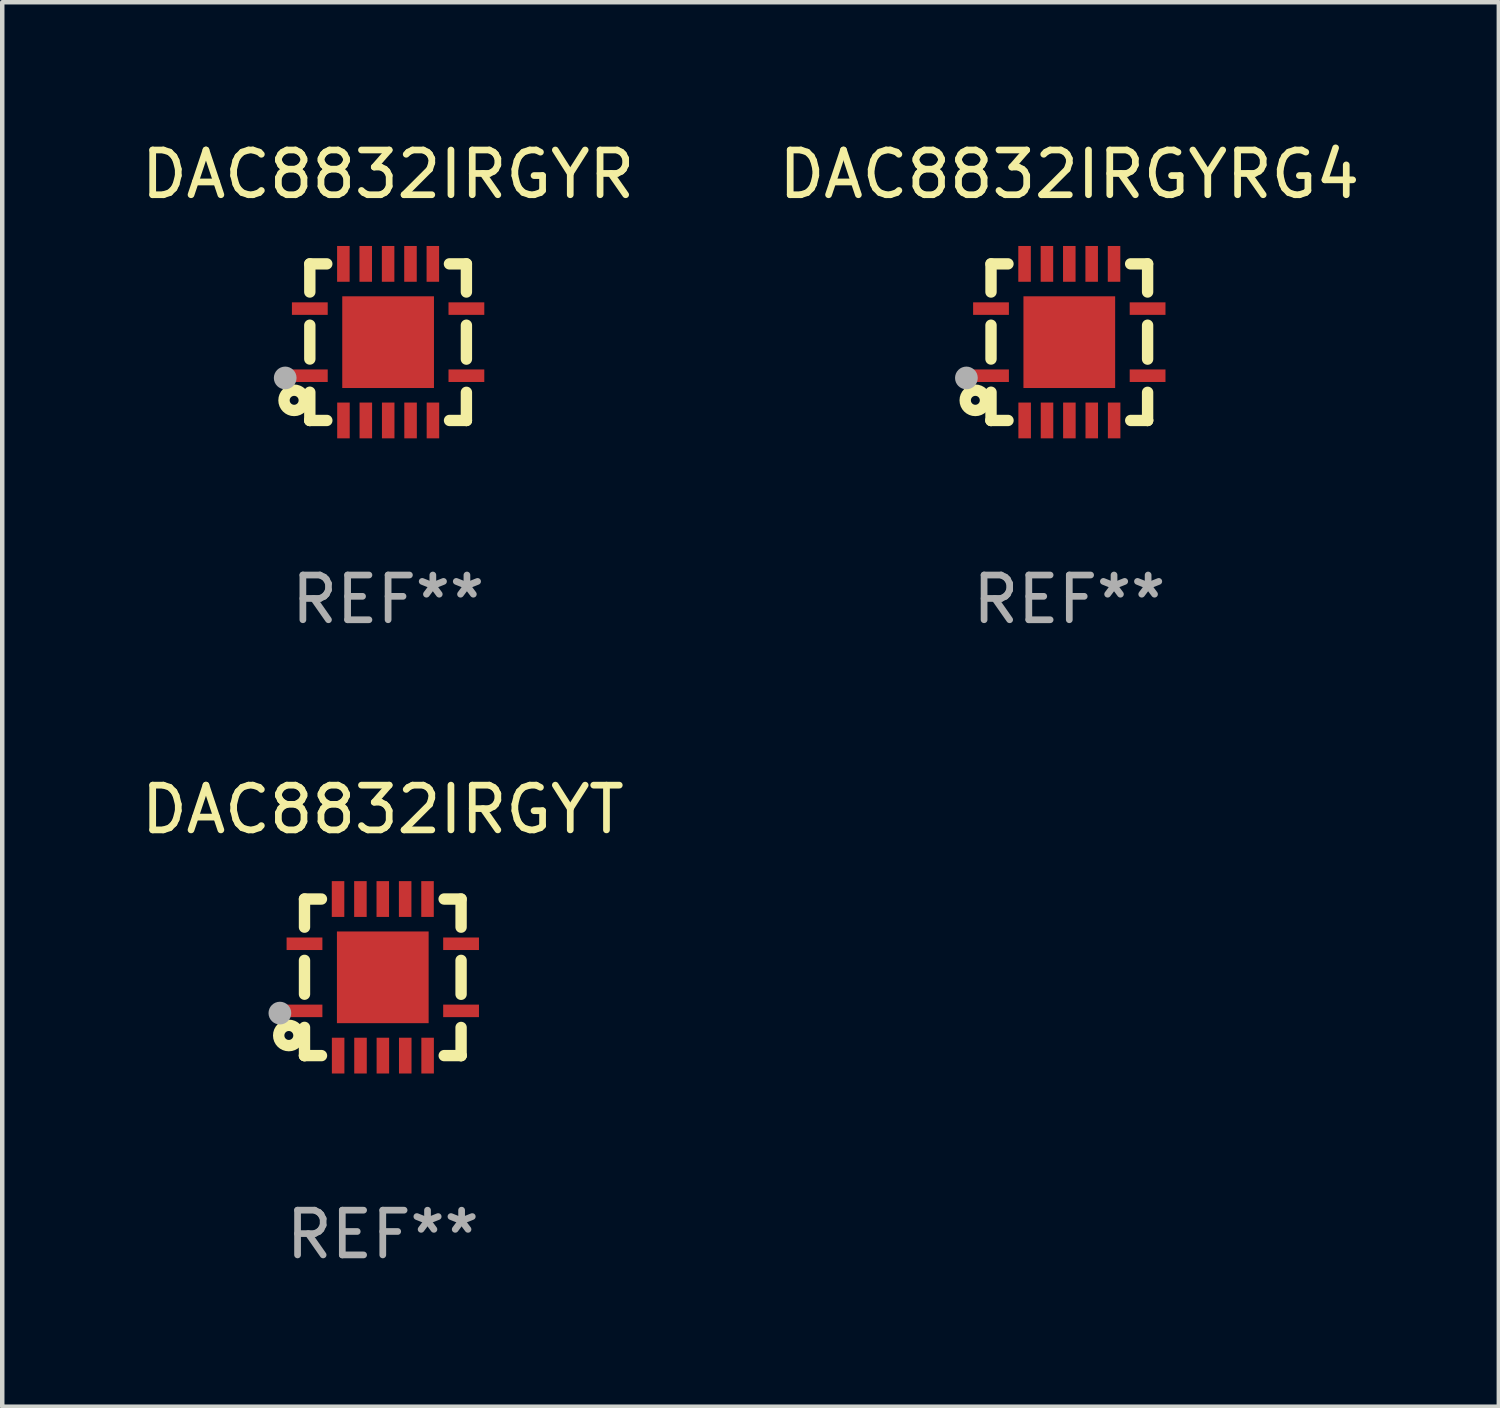
<source format=kicad_pcb>
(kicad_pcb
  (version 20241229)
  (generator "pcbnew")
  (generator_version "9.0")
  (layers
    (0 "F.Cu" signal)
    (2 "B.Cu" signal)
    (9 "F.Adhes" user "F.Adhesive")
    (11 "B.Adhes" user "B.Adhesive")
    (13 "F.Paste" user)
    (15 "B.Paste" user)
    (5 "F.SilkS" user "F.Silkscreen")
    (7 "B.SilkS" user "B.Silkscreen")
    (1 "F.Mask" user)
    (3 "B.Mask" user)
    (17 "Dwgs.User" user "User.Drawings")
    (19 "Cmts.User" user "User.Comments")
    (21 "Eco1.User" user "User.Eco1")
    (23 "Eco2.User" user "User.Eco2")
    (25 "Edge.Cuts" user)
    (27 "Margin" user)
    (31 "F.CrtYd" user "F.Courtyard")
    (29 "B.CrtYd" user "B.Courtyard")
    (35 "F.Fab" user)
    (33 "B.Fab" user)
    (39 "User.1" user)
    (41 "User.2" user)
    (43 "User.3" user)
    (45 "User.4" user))
  (footprint "DAC8832IRGYR"
    (layer "F.Cu")
    (at 5.625 4.598)
    (property "Reference" "DAC8832IRGYR" (at 0 -3.75 0) (layer "F.SilkS") (effects (font (size 1 1) (thickness 0.15))))
    (attr through_hole)
    (fp_line (start -1.75 1.75) (end -1.37 1.75) (stroke (width 0.254) (type solid)) (layer "F.SilkS"))
    (fp_line (start -1.75 -1.75) (end -1.75 -1.121) (stroke (width 0.254) (type solid)) (layer "F.SilkS"))
    (fp_line (start -1.75 -0.379) (end -1.75 0.377) (stroke (width 0.254) (type solid)) (layer "F.SilkS"))
    (fp_line (start -1.75 1.119) (end -1.75 1.75) (stroke (width 0.254) (type solid)) (layer "F.SilkS"))
    (fp_line (start -1.75 1.75) (end -1.75 1.75) (stroke (width 0.254) (type solid)) (layer "F.SilkS"))
    (fp_line (start -1.371 -1.75) (end -1.75 -1.75) (stroke (width 0.254) (type solid)) (layer "F.SilkS"))
    (fp_line (start 1.373 1.75) (end 1.75 1.75) (stroke (width 0.254) (type solid)) (layer "F.SilkS"))
    (fp_line (start 1.75 1.75) (end 1.75 1.75) (stroke (width 0.254) (type solid)) (layer "F.SilkS"))
    (fp_line (start 1.75 -1.75) (end 1.371 -1.75) (stroke (width 0.254) (type solid)) (layer "F.SilkS"))
    (fp_line (start 1.75 -1.121) (end 1.75 -1.75) (stroke (width 0.254) (type solid)) (layer "F.SilkS"))
    (fp_line (start 1.75 0.379) (end 1.75 -0.379) (stroke (width 0.254) (type solid)) (layer "F.SilkS"))
    (fp_line (start 1.75 1.75) (end 1.75 1.121) (stroke (width 0.254) (type solid)) (layer "F.SilkS"))
    (fp_circle (center -2.1 1.3) (end -2 1.3) (stroke (width 0.254) (type solid)) (fill no) (layer "F.SilkS"))
    (fp_circle (center -1.747 1.751) (end -1.717 1.751) (stroke (width 0.06) (type solid)) (fill no) (layer "F.SilkS"))
    (fp_circle (center -2.3 0.8) (end -2.173 0.8) (stroke (width 0.254) (type solid)) (fill no) (layer "F.Fab"))
    (fp_text user "REF**" (at 0 5.75 0) (layer "F.Fab") (effects (font (size 1 1) (thickness 0.15))))
    (pad "1" smd rect (at -1.75 0.75 270) (size 0.28 0.8) (layers "F.Cu" "F.Mask" "F.Paste"))
    (pad "2" smd rect (at -0.998 1.75 180) (size 0.28 0.8) (layers "F.Cu" "F.Mask" "F.Paste"))
    (pad "3" smd rect (at -0.498 1.75 180) (size 0.28 0.8) (layers "F.Cu" "F.Mask" "F.Paste"))
    (pad "4" smd rect (at 0.002 1.75 180) (size 0.28 0.8) (layers "F.Cu" "F.Mask" "F.Paste"))
    (pad "5" smd rect (at 0.502 1.75 180) (size 0.28 0.8) (layers "F.Cu" "F.Mask" "F.Paste"))
    (pad "6" smd rect (at 1.002 1.75 180) (size 0.28 0.8) (layers "F.Cu" "F.Mask" "F.Paste"))
    (pad "7" smd rect (at 1.75 0.75 270) (size 0.28 0.8) (layers "F.Cu" "F.Mask" "F.Paste"))
    (pad "8" smd rect (at 1.75 -0.75 270) (size 0.28 0.8) (layers "F.Cu" "F.Mask" "F.Paste"))
    (pad "9" smd rect (at 1 -1.75) (size 0.28 0.8) (layers "F.Cu" "F.Mask" "F.Paste"))
    (pad "10" smd rect (at 0.5 -1.75) (size 0.28 0.8) (layers "F.Cu" "F.Mask" "F.Paste"))
    (pad "11" smd rect (at 0 -1.75) (size 0.28 0.8) (layers "F.Cu" "F.Mask" "F.Paste"))
    (pad "12" smd rect (at -0.5 -1.75) (size 0.28 0.8) (layers "F.Cu" "F.Mask" "F.Paste"))
    (pad "13" smd rect (at -1 -1.75) (size 0.28 0.8) (layers "F.Cu" "F.Mask" "F.Paste"))
    (pad "14" smd rect (at -1.75 -0.75 90) (size 0.28 0.8) (layers "F.Cu" "F.Mask" "F.Paste"))
    (pad "15" smd rect (at 0 0 180) (size 2.05 2.05) (layers "F.Cu" "F.Mask" "F.Paste")))
  (footprint "DAC8832IRGYRG4"
    (layer "F.Cu")
    (at 20.851 4.598)
    (property "Reference" "DAC8832IRGYRG4" (at 0 -3.75 0) (layer "F.SilkS") (effects (font (size 1 1) (thickness 0.15))))
    (attr through_hole)
    (fp_line (start -1.75 1.75) (end -1.37 1.75) (stroke (width 0.254) (type solid)) (layer "F.SilkS"))
    (fp_line (start -1.75 -1.75) (end -1.75 -1.121) (stroke (width 0.254) (type solid)) (layer "F.SilkS"))
    (fp_line (start -1.75 -0.379) (end -1.75 0.377) (stroke (width 0.254) (type solid)) (layer "F.SilkS"))
    (fp_line (start -1.75 1.119) (end -1.75 1.75) (stroke (width 0.254) (type solid)) (layer "F.SilkS"))
    (fp_line (start -1.75 1.75) (end -1.75 1.75) (stroke (width 0.254) (type solid)) (layer "F.SilkS"))
    (fp_line (start -1.371 -1.75) (end -1.75 -1.75) (stroke (width 0.254) (type solid)) (layer "F.SilkS"))
    (fp_line (start 1.373 1.75) (end 1.75 1.75) (stroke (width 0.254) (type solid)) (layer "F.SilkS"))
    (fp_line (start 1.75 1.75) (end 1.75 1.75) (stroke (width 0.254) (type solid)) (layer "F.SilkS"))
    (fp_line (start 1.75 -1.75) (end 1.371 -1.75) (stroke (width 0.254) (type solid)) (layer "F.SilkS"))
    (fp_line (start 1.75 -1.121) (end 1.75 -1.75) (stroke (width 0.254) (type solid)) (layer "F.SilkS"))
    (fp_line (start 1.75 0.379) (end 1.75 -0.379) (stroke (width 0.254) (type solid)) (layer "F.SilkS"))
    (fp_line (start 1.75 1.75) (end 1.75 1.121) (stroke (width 0.254) (type solid)) (layer "F.SilkS"))
    (fp_circle (center -2.1 1.3) (end -2 1.3) (stroke (width 0.254) (type solid)) (fill no) (layer "F.SilkS"))
    (fp_circle (center -1.747 1.751) (end -1.717 1.751) (stroke (width 0.06) (type solid)) (fill no) (layer "F.SilkS"))
    (fp_circle (center -2.3 0.8) (end -2.173 0.8) (stroke (width 0.254) (type solid)) (fill no) (layer "F.Fab"))
    (fp_text user "REF**" (at 0 5.75 0) (layer "F.Fab") (effects (font (size 1 1) (thickness 0.15))))
    (pad "1" smd rect (at -1.75 0.75 270) (size 0.28 0.8) (layers "F.Cu" "F.Mask" "F.Paste"))
    (pad "2" smd rect (at -0.998 1.75 180) (size 0.28 0.8) (layers "F.Cu" "F.Mask" "F.Paste"))
    (pad "3" smd rect (at -0.498 1.75 180) (size 0.28 0.8) (layers "F.Cu" "F.Mask" "F.Paste"))
    (pad "4" smd rect (at 0.002 1.75 180) (size 0.28 0.8) (layers "F.Cu" "F.Mask" "F.Paste"))
    (pad "5" smd rect (at 0.502 1.75 180) (size 0.28 0.8) (layers "F.Cu" "F.Mask" "F.Paste"))
    (pad "6" smd rect (at 1.002 1.75 180) (size 0.28 0.8) (layers "F.Cu" "F.Mask" "F.Paste"))
    (pad "7" smd rect (at 1.75 0.75 270) (size 0.28 0.8) (layers "F.Cu" "F.Mask" "F.Paste"))
    (pad "8" smd rect (at 1.75 -0.75 270) (size 0.28 0.8) (layers "F.Cu" "F.Mask" "F.Paste"))
    (pad "9" smd rect (at 1 -1.75) (size 0.28 0.8) (layers "F.Cu" "F.Mask" "F.Paste"))
    (pad "10" smd rect (at 0.5 -1.75) (size 0.28 0.8) (layers "F.Cu" "F.Mask" "F.Paste"))
    (pad "11" smd rect (at 0 -1.75) (size 0.28 0.8) (layers "F.Cu" "F.Mask" "F.Paste"))
    (pad "12" smd rect (at -0.5 -1.75) (size 0.28 0.8) (layers "F.Cu" "F.Mask" "F.Paste"))
    (pad "13" smd rect (at -1 -1.75) (size 0.28 0.8) (layers "F.Cu" "F.Mask" "F.Paste"))
    (pad "14" smd rect (at -1.75 -0.75 90) (size 0.28 0.8) (layers "F.Cu" "F.Mask" "F.Paste"))
    (pad "15" smd rect (at 0 0 180) (size 2.05 2.05) (layers "F.Cu" "F.Mask" "F.Paste")))
  (footprint "DAC8832IRGYT"
    (layer "F.Cu")
    (at 5.506 18.795)
    (property "Reference" "DAC8832IRGYT" (at 0 -3.75 0) (layer "F.SilkS") (effects (font (size 1 1) (thickness 0.15))))
    (attr through_hole)
    (fp_line (start -1.75 1.75) (end -1.37 1.75) (stroke (width 0.254) (type solid)) (layer "F.SilkS"))
    (fp_line (start -1.75 -1.75) (end -1.75 -1.121) (stroke (width 0.254) (type solid)) (layer "F.SilkS"))
    (fp_line (start -1.75 -0.379) (end -1.75 0.377) (stroke (width 0.254) (type solid)) (layer "F.SilkS"))
    (fp_line (start -1.75 1.119) (end -1.75 1.75) (stroke (width 0.254) (type solid)) (layer "F.SilkS"))
    (fp_line (start -1.75 1.75) (end -1.75 1.75) (stroke (width 0.254) (type solid)) (layer "F.SilkS"))
    (fp_line (start -1.371 -1.75) (end -1.75 -1.75) (stroke (width 0.254) (type solid)) (layer "F.SilkS"))
    (fp_line (start 1.373 1.75) (end 1.75 1.75) (stroke (width 0.254) (type solid)) (layer "F.SilkS"))
    (fp_line (start 1.75 1.75) (end 1.75 1.75) (stroke (width 0.254) (type solid)) (layer "F.SilkS"))
    (fp_line (start 1.75 -1.75) (end 1.371 -1.75) (stroke (width 0.254) (type solid)) (layer "F.SilkS"))
    (fp_line (start 1.75 -1.121) (end 1.75 -1.75) (stroke (width 0.254) (type solid)) (layer "F.SilkS"))
    (fp_line (start 1.75 0.379) (end 1.75 -0.379) (stroke (width 0.254) (type solid)) (layer "F.SilkS"))
    (fp_line (start 1.75 1.75) (end 1.75 1.121) (stroke (width 0.254) (type solid)) (layer "F.SilkS"))
    (fp_circle (center -2.1 1.3) (end -2 1.3) (stroke (width 0.254) (type solid)) (fill no) (layer "F.SilkS"))
    (fp_circle (center -1.747 1.751) (end -1.717 1.751) (stroke (width 0.06) (type solid)) (fill no) (layer "F.SilkS"))
    (fp_circle (center -2.3 0.8) (end -2.173 0.8) (stroke (width 0.254) (type solid)) (fill no) (layer "F.Fab"))
    (fp_text user "REF**" (at 0 5.75 0) (layer "F.Fab") (effects (font (size 1 1) (thickness 0.15))))
    (pad "1" smd rect (at -1.75 0.75 270) (size 0.28 0.8) (layers "F.Cu" "F.Mask" "F.Paste"))
    (pad "2" smd rect (at -0.998 1.75 180) (size 0.28 0.8) (layers "F.Cu" "F.Mask" "F.Paste"))
    (pad "3" smd rect (at -0.498 1.75 180) (size 0.28 0.8) (layers "F.Cu" "F.Mask" "F.Paste"))
    (pad "4" smd rect (at 0.002 1.75 180) (size 0.28 0.8) (layers "F.Cu" "F.Mask" "F.Paste"))
    (pad "5" smd rect (at 0.502 1.75 180) (size 0.28 0.8) (layers "F.Cu" "F.Mask" "F.Paste"))
    (pad "6" smd rect (at 1.002 1.75 180) (size 0.28 0.8) (layers "F.Cu" "F.Mask" "F.Paste"))
    (pad "7" smd rect (at 1.75 0.75 270) (size 0.28 0.8) (layers "F.Cu" "F.Mask" "F.Paste"))
    (pad "8" smd rect (at 1.75 -0.75 270) (size 0.28 0.8) (layers "F.Cu" "F.Mask" "F.Paste"))
    (pad "9" smd rect (at 1 -1.75) (size 0.28 0.8) (layers "F.Cu" "F.Mask" "F.Paste"))
    (pad "10" smd rect (at 0.5 -1.75) (size 0.28 0.8) (layers "F.Cu" "F.Mask" "F.Paste"))
    (pad "11" smd rect (at 0 -1.75) (size 0.28 0.8) (layers "F.Cu" "F.Mask" "F.Paste"))
    (pad "12" smd rect (at -0.5 -1.75) (size 0.28 0.8) (layers "F.Cu" "F.Mask" "F.Paste"))
    (pad "13" smd rect (at -1 -1.75) (size 0.28 0.8) (layers "F.Cu" "F.Mask" "F.Paste"))
    (pad "14" smd rect (at -1.75 -0.75 90) (size 0.28 0.8) (layers "F.Cu" "F.Mask" "F.Paste"))
    (pad "15" smd rect (at 0 0 180) (size 2.05 2.05) (layers "F.Cu" "F.Mask" "F.Paste")))
  (gr_rect
    (start -3 -3)
    (end 30.452 28.393)
    (stroke (width 0.1) (type default))
    (fill no)
    (layer "Edge.Cuts")))
</source>
